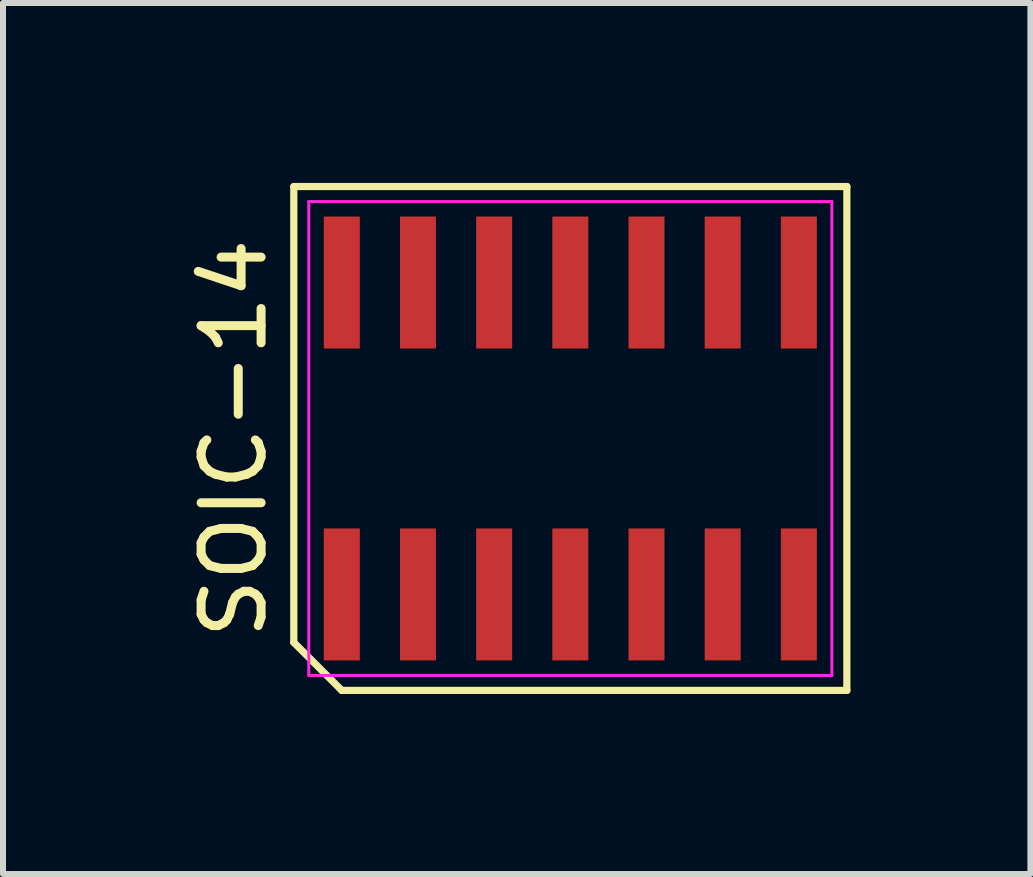
<source format=kicad_pcb>
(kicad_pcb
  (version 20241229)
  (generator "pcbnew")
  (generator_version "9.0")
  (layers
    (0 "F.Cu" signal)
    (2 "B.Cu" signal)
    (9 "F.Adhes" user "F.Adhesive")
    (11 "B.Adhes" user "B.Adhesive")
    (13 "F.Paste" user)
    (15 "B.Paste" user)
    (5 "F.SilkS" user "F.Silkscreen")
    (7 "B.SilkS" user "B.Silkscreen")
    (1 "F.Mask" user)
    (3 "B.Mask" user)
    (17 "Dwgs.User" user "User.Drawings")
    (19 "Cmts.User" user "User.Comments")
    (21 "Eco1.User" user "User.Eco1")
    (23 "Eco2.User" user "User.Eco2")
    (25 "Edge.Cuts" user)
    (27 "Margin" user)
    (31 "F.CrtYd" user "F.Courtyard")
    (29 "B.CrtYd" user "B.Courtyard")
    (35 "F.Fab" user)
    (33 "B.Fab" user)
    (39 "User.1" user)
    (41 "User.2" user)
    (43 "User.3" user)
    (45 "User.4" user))
  (footprint "SOIC-14"
    (layer "F.Cu")
    (at 6.458 4.26)
    (property "Reference" "SOIC-14" (at -5.61 0 90) (layer "F.SilkS") (effects (font (size 1 1) (thickness 0.15))))
    (attr smd)
    (fp_line (start -4.61 -4.2) (end 4.61 -4.2) (stroke (width 0.12) (type default)) (layer "F.SilkS"))
    (fp_line (start -4.61 3.4) (end -4.61 -4.2) (stroke (width 0.12) (type default)) (layer "F.SilkS"))
    (fp_line (start -3.81 4.2) (end -4.61 3.4) (stroke (width 0.12) (type default)) (layer "F.SilkS"))
    (fp_line (start 4.61 -4.2) (end 4.61 4.2) (stroke (width 0.12) (type default)) (layer "F.SilkS"))
    (fp_line (start 4.61 4.2) (end -3.81 4.2) (stroke (width 0.12) (type default)) (layer "F.SilkS"))
    (fp_line (start -4.36 -3.95) (end 4.36 -3.95) (stroke (width 0.05) (type default)) (layer "F.CrtYd"))
    (fp_line (start -4.36 3.95) (end -4.36 -3.95) (stroke (width 0.05) (type default)) (layer "F.CrtYd"))
    (fp_line (start 4.36 -3.95) (end 4.36 3.95) (stroke (width 0.05) (type default)) (layer "F.CrtYd"))
    (fp_line (start 4.36 3.95) (end -4.36 3.95) (stroke (width 0.05) (type default)) (layer "F.CrtYd"))
    (pad "1" smd rect (at -3.81 2.6) (size 0.6 2.2) (layers "F.Cu" "F.Mask" "F.Paste"))
    (pad "2" smd rect (at -2.54 2.6) (size 0.6 2.2) (layers "F.Cu" "F.Mask" "F.Paste"))
    (pad "3" smd rect (at -1.27 2.6) (size 0.6 2.2) (layers "F.Cu" "F.Mask" "F.Paste"))
    (pad "4" smd rect (at 0 2.6) (size 0.6 2.2) (layers "F.Cu" "F.Mask" "F.Paste"))
    (pad "5" smd rect (at 1.27 2.6) (size 0.6 2.2) (layers "F.Cu" "F.Mask" "F.Paste"))
    (pad "6" smd rect (at 2.54 2.6) (size 0.6 2.2) (layers "F.Cu" "F.Mask" "F.Paste"))
    (pad "7" smd rect (at 3.81 2.6) (size 0.6 2.2) (layers "F.Cu" "F.Mask" "F.Paste"))
    (pad "8" smd rect (at 3.81 -2.6) (size 0.6 2.2) (layers "F.Cu" "F.Mask" "F.Paste"))
    (pad "9" smd rect (at 2.54 -2.6) (size 0.6 2.2) (layers "F.Cu" "F.Mask" "F.Paste"))
    (pad "10" smd rect (at 1.27 -2.6) (size 0.6 2.2) (layers "F.Cu" "F.Mask" "F.Paste"))
    (pad "11" smd rect (at 0 -2.6) (size 0.6 2.2) (layers "F.Cu" "F.Mask" "F.Paste"))
    (pad "12" smd rect (at -1.27 -2.6) (size 0.6 2.2) (layers "F.Cu" "F.Mask" "F.Paste"))
    (pad "13" smd rect (at -2.54 -2.6) (size 0.6 2.2) (layers "F.Cu" "F.Mask" "F.Paste"))
    (pad "14" smd rect (at -3.81 -2.6) (size 0.6 2.2) (layers "F.Cu" "F.Mask" "F.Paste")))
  (gr_rect
    (start -3 -3)
    (end 14.128 11.52)
    (stroke (width 0.1) (type default))
    (fill no)
    (layer "Edge.Cuts")))
</source>
